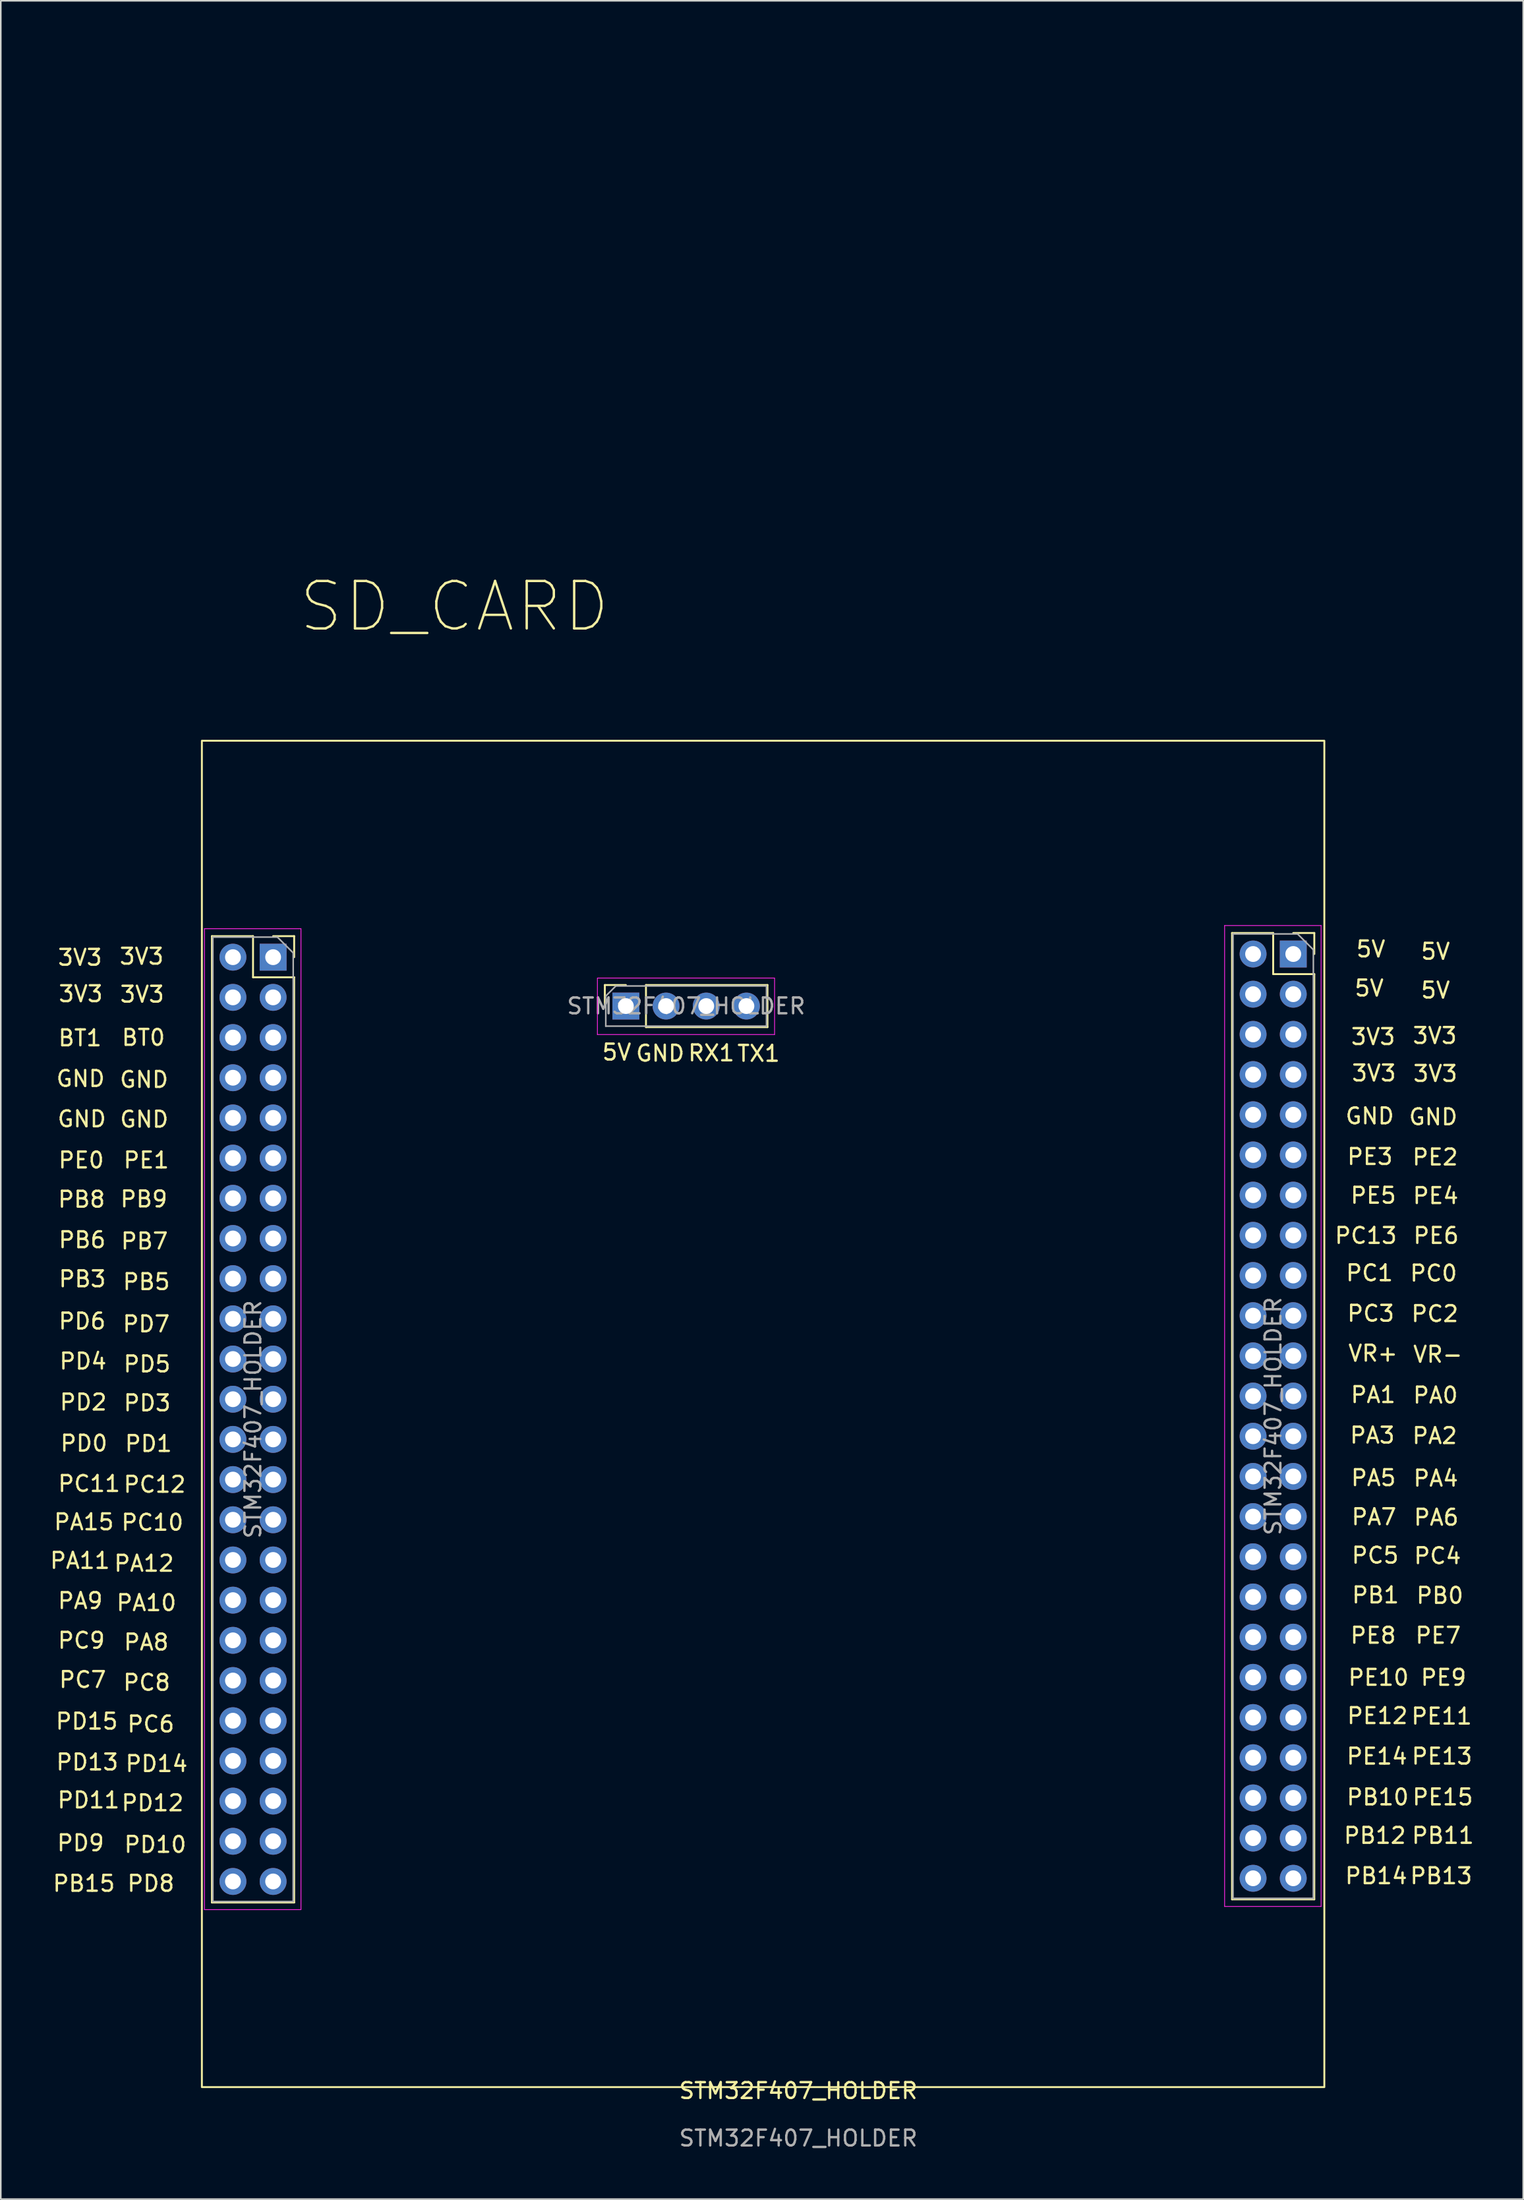
<source format=kicad_pcb>
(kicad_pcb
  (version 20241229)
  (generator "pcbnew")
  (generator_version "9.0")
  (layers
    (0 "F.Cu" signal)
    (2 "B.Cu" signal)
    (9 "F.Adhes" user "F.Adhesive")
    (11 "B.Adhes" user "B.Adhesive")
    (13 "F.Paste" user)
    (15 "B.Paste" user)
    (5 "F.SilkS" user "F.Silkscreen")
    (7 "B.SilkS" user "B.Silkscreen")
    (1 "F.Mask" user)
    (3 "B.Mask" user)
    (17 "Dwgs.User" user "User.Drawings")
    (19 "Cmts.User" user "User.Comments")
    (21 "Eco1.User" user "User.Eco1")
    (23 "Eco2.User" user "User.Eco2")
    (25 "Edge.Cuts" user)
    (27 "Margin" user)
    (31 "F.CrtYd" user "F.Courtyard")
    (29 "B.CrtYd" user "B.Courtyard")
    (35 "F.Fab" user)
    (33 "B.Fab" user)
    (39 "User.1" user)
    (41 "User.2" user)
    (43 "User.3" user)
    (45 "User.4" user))
  (footprint "STM32F407_HOLDER"
    (layer "F.Cu")
    (at 47.416 129.6)
    (property "Reference" "STM32F407_HOLDER" (at 0 -0.5 0) (unlocked yes) (layer "F.SilkS") (effects (font (size 1 1) (thickness 0.15))))
    (attr through_hole)
    (fp_rect (start -37.51 -85.79) (end -5.3 -129.54) (stroke (width 0.12) (type solid)) (fill no) (layer "F.Mask"))
    (fp_line (start -37.07 -73.48) (end -37.07 -12.4) (stroke (width 0.12) (type solid)) (layer "F.SilkS"))
    (fp_line (start -37.07 -73.48) (end -34.47 -73.48) (stroke (width 0.12) (type solid)) (layer "F.SilkS"))
    (fp_line (start -37.07 -12.4) (end -31.87 -12.4) (stroke (width 0.12) (type solid)) (layer "F.SilkS"))
    (fp_line (start -34.47 -73.48) (end -34.47 -70.88) (stroke (width 0.12) (type solid)) (layer "F.SilkS"))
    (fp_line (start -34.47 -70.88) (end -31.87 -70.88) (stroke (width 0.12) (type solid)) (layer "F.SilkS"))
    (fp_line (start -33.2 -73.48) (end -31.87 -73.48) (stroke (width 0.12) (type solid)) (layer "F.SilkS"))
    (fp_line (start -31.87 -73.48) (end -31.87 -72.15) (stroke (width 0.12) (type solid)) (layer "F.SilkS"))
    (fp_line (start -31.87 -70.88) (end -31.87 -12.4) (stroke (width 0.12) (type solid)) (layer "F.SilkS"))
    (fp_line (start -12.23 -70.39) (end -10.9 -70.39) (stroke (width 0.12) (type solid)) (layer "F.SilkS"))
    (fp_line (start -12.23 -69.06) (end -12.23 -70.39) (stroke (width 0.12) (type solid)) (layer "F.SilkS"))
    (fp_line (start -9.63 -70.39) (end -1.95 -70.39) (stroke (width 0.12) (type solid)) (layer "F.SilkS"))
    (fp_line (start -9.63 -67.73) (end -9.63 -70.39) (stroke (width 0.12) (type solid)) (layer "F.SilkS"))
    (fp_line (start -9.63 -67.73) (end -1.95 -67.73) (stroke (width 0.12) (type solid)) (layer "F.SilkS"))
    (fp_line (start -1.95 -67.73) (end -1.95 -70.39) (stroke (width 0.12) (type solid)) (layer "F.SilkS"))
    (fp_line (start 27.42 -73.68) (end 27.42 -12.6) (stroke (width 0.12) (type solid)) (layer "F.SilkS"))
    (fp_line (start 27.42 -73.68) (end 30.02 -73.68) (stroke (width 0.12) (type solid)) (layer "F.SilkS"))
    (fp_line (start 27.42 -12.6) (end 32.62 -12.6) (stroke (width 0.12) (type solid)) (layer "F.SilkS"))
    (fp_line (start 30.02 -73.68) (end 30.02 -71.08) (stroke (width 0.12) (type solid)) (layer "F.SilkS"))
    (fp_line (start 30.02 -71.08) (end 32.62 -71.08) (stroke (width 0.12) (type solid)) (layer "F.SilkS"))
    (fp_line (start 31.29 -73.68) (end 32.62 -73.68) (stroke (width 0.12) (type solid)) (layer "F.SilkS"))
    (fp_line (start 32.62 -73.68) (end 32.62 -72.35) (stroke (width 0.12) (type solid)) (layer "F.SilkS"))
    (fp_line (start 32.62 -71.08) (end 32.62 -12.6) (stroke (width 0.12) (type solid)) (layer "F.SilkS"))
    (fp_rect (start -37.704 -0.73) (end 33.254 -85.83) (stroke (width 0.12) (type solid)) (fill no) (layer "F.SilkS"))
    (fp_line (start -37.54 -73.95) (end -31.44 -73.95) (stroke (width 0.05) (type solid)) (layer "F.CrtYd"))
    (fp_line (start -37.54 -11.95) (end -37.54 -73.95) (stroke (width 0.05) (type solid)) (layer "F.CrtYd"))
    (fp_line (start -31.44 -73.95) (end -31.44 -11.95) (stroke (width 0.05) (type solid)) (layer "F.CrtYd"))
    (fp_line (start -31.44 -11.95) (end -37.54 -11.95) (stroke (width 0.05) (type solid)) (layer "F.CrtYd"))
    (fp_line (start -12.7 -70.805) (end -12.7 -67.255) (stroke (width 0.05) (type solid)) (layer "F.CrtYd"))
    (fp_line (start -1.5 -70.83) (end -12.7 -70.83) (stroke (width 0.05) (type solid)) (layer "F.CrtYd"))
    (fp_line (start -1.5 -70.81) (end -1.5 -67.26) (stroke (width 0.05) (type solid)) (layer "F.CrtYd"))
    (fp_line (start -1.5 -67.26) (end -12.7 -67.26) (stroke (width 0.05) (type solid)) (layer "F.CrtYd"))
    (fp_line (start 26.95 -74.15) (end 33.05 -74.15) (stroke (width 0.05) (type solid)) (layer "F.CrtYd"))
    (fp_line (start 26.95 -12.15) (end 26.95 -74.15) (stroke (width 0.05) (type solid)) (layer "F.CrtYd"))
    (fp_line (start 33.05 -74.15) (end 33.05 -12.15) (stroke (width 0.05) (type solid)) (layer "F.CrtYd"))
    (fp_line (start 33.05 -12.15) (end 26.95 -12.15) (stroke (width 0.05) (type solid)) (layer "F.CrtYd"))
    (fp_line (start -37.01 -73.42) (end -32.93 -73.42) (stroke (width 0.1) (type solid)) (layer "F.Fab"))
    (fp_line (start -37.01 -12.46) (end -37.01 -73.42) (stroke (width 0.1) (type solid)) (layer "F.Fab"))
    (fp_line (start -32.93 -73.42) (end -31.93 -72.42) (stroke (width 0.1) (type solid)) (layer "F.Fab"))
    (fp_line (start -31.93 -72.42) (end -31.93 -12.46) (stroke (width 0.1) (type solid)) (layer "F.Fab"))
    (fp_line (start -31.93 -12.46) (end -37.01 -12.46) (stroke (width 0.1) (type solid)) (layer "F.Fab"))
    (fp_line (start -12.17 -69.695) (end -11.535 -70.33) (stroke (width 0.1) (type solid)) (layer "F.Fab"))
    (fp_line (start -12.17 -67.79) (end -12.17 -69.695) (stroke (width 0.1) (type solid)) (layer "F.Fab"))
    (fp_line (start -11.535 -70.33) (end -2.01 -70.33) (stroke (width 0.1) (type solid)) (layer "F.Fab"))
    (fp_line (start -2.01 -70.33) (end -2.01 -67.79) (stroke (width 0.1) (type solid)) (layer "F.Fab"))
    (fp_line (start -2.01 -67.79) (end -12.17 -67.79) (stroke (width 0.1) (type solid)) (layer "F.Fab"))
    (fp_line (start 27.48 -73.62) (end 31.56 -73.62) (stroke (width 0.1) (type solid)) (layer "F.Fab"))
    (fp_line (start 27.48 -12.66) (end 27.48 -73.62) (stroke (width 0.1) (type solid)) (layer "F.Fab"))
    (fp_line (start 31.56 -73.62) (end 32.56 -72.62) (stroke (width 0.1) (type solid)) (layer "F.Fab"))
    (fp_line (start 32.56 -72.62) (end 32.56 -12.66) (stroke (width 0.1) (type solid)) (layer "F.Fab"))
    (fp_line (start 32.56 -12.66) (end 27.48 -12.66) (stroke (width 0.1) (type solid)) (layer "F.Fab"))
    (fp_text user "PA3" (at 36.29 -41.93 0) (unlocked yes) (layer "F.SilkS") (effects (font (size 1 1) (thickness 0.15))))
    (fp_text user "PD0" (at -45.16 -41.42 0) (unlocked yes) (layer "F.SilkS") (effects (font (size 1 1) (thickness 0.15))))
    (fp_text user "VR-" (at 40.43 -47.04 0) (unlocked yes) (layer "F.SilkS") (effects (font (size 1 1) (thickness 0.15))))
    (fp_text user "PB0" (at 40.56 -31.8 0) (unlocked yes) (layer "F.SilkS") (effects (font (size 1 1) (thickness 0.15))))
    (fp_text user "PC6" (at -40.93 -23.67 0) (unlocked yes) (layer "F.SilkS") (effects (font (size 1 1) (thickness 0.15))))
    (fp_text user "PB1" (at 36.49 -31.83 0) (unlocked yes) (layer "F.SilkS") (effects (font (size 1 1) (thickness 0.15))))
    (fp_text user "PE8" (at 36.34 -29.28 0) (unlocked yes) (layer "F.SilkS") (effects (font (size 1 1) (thickness 0.15))))
    (fp_text user "PE4" (at 40.29 -57.07 0) (unlocked yes) (layer "F.SilkS") (effects (font (size 1 1) (thickness 0.15))))
    (fp_text user "GND" (at -45.29 -61.92 0) (unlocked yes) (layer "F.SilkS") (effects (font (size 1 1) (thickness 0.15))))
    (fp_text user "5V" (at 40.28 -72.51 0) (unlocked yes) (layer "F.SilkS") (effects (font (size 1 1) (thickness 0.15))))
    (fp_text user "PC12" (at -40.69 -38.82 0) (unlocked yes) (layer "F.SilkS") (effects (font (size 1 1) (thickness 0.15))))
    (fp_text user "3V3" (at 36.39 -64.82 0) (unlocked yes) (layer "F.SilkS") (effects (font (size 1 1) (thickness 0.15))))
    (fp_text user "PB11" (at 40.75 -16.63 0) (unlocked yes) (layer "F.SilkS") (effects (font (size 1 1) (thickness 0.15))))
    (fp_text user "PD4" (at -45.22 -46.61 0) (unlocked yes) (layer "F.SilkS") (effects (font (size 1 1) (thickness 0.15))))
    (fp_text user "PA8" (at -41.22 -28.85 0) (unlocked yes) (layer "F.SilkS") (effects (font (size 1 1) (thickness 0.15))))
    (fp_text user "PB13" (at 40.64 -14.08 0) (unlocked yes) (layer "F.SilkS") (effects (font (size 1 1) (thickness 0.15))))
    (fp_text user "BT0" (at -41.4 -67.07 0) (unlocked yes) (layer "F.SilkS") (effects (font (size 1 1) (thickness 0.15))))
    (fp_text user "PE2" (at 40.26 -59.51 0) (unlocked yes) (layer "F.SilkS") (effects (font (size 1 1) (thickness 0.15))))
    (fp_text user "PB5" (at -41.21 -51.63 0) (unlocked yes) (layer "F.SilkS") (effects (font (size 1 1) (thickness 0.15))))
    (fp_text user "TX1" (at -2.51 -66.06 0) (unlocked yes) (layer "F.SilkS") (effects (font (size 1 1) (thickness 0.15))))
    (fp_text user "5V" (at 36.19 -72.66 0) (unlocked yes) (layer "F.SilkS") (effects (font (size 1 1) (thickness 0.15))))
    (fp_text user "PC13" (at 35.88 -54.55 0) (unlocked yes) (layer "F.SilkS") (effects (font (size 1 1) (thickness 0.15))))
    (fp_text user "VR+" (at 36.33 -47.11 0) (unlocked yes) (layer "F.SilkS") (effects (font (size 1 1) (thickness 0.15))))
    (fp_text user "PD9" (at -45.37 -16.16 0) (unlocked yes) (layer "F.SilkS") (effects (font (size 1 1) (thickness 0.15))))
    (fp_text user "GND" (at -41.35 -61.9 0) (unlocked yes) (layer "F.SilkS") (effects (font (size 1 1) (thickness 0.15))))
    (fp_text user "PB9" (at -41.37 -56.86 0) (unlocked yes) (layer "F.SilkS") (effects (font (size 1 1) (thickness 0.15))))
    (fp_text user "PD3" (at -41.16 -43.97 0) (unlocked yes) (layer "F.SilkS") (effects (font (size 1 1) (thickness 0.15))))
    (fp_text user "3V3" (at -45.36 -69.83 0) (unlocked yes) (layer "F.SilkS") (effects (font (size 1 1) (thickness 0.15))))
    (fp_text user "PE5" (at 36.35 -57.09 0) (unlocked yes) (layer "F.SilkS") (effects (font (size 1 1) (thickness 0.15))))
    (fp_text user "PD8" (at -40.93 -13.6 0) (unlocked yes) (layer "F.SilkS") (effects (font (size 1 1) (thickness 0.15))))
    (fp_text user "PC7" (at -45.24 -26.48 0) (unlocked yes) (layer "F.SilkS") (effects (font (size 1 1) (thickness 0.15))))
    (fp_text user "PE7" (at 40.45 -29.28 0) (unlocked yes) (layer "F.SilkS") (effects (font (size 1 1) (thickness 0.15))))
    (fp_text user "PC11" (at -44.83 -38.87 0) (unlocked yes) (layer "F.SilkS") (effects (font (size 1 1) (thickness 0.15))))
    (fp_text user "PB15" (at -45.16 -13.6 0) (unlocked yes) (layer "F.SilkS") (effects (font (size 1 1) (thickness 0.15))))
    (fp_text user "PA5" (at 36.36 -39.24 0) (unlocked yes) (layer "F.SilkS") (effects (font (size 1 1) (thickness 0.15))))
    (fp_text user "PD6" (at -45.27 -49.14 0) (unlocked yes) (layer "F.SilkS") (effects (font (size 1 1) (thickness 0.15))))
    (fp_text user "PB12" (at 36.45 -16.63 0) (unlocked yes) (layer "F.SilkS") (effects (font (size 1 1) (thickness 0.15))))
    (fp_text user "3V3" (at -41.51 -72.2 0) (unlocked yes) (layer "F.SilkS") (effects (font (size 1 1) (thickness 0.15))))
    (fp_text user "SD_CARD" (at -21.74 -94.31 0) (unlocked yes) (layer "F.SilkS") (effects (font (size 3 3) (thickness 0.15))))
    (fp_text user "PB14" (at 36.53 -14.08 0) (unlocked yes) (layer "F.SilkS") (effects (font (size 1 1) (thickness 0.15))))
    (fp_text user "3V3" (at 40.24 -67.19 0) (unlocked yes) (layer "F.SilkS") (effects (font (size 1 1) (thickness 0.15))))
    (fp_text user "PE9" (at 40.79 -26.62 0) (unlocked yes) (layer "F.SilkS") (effects (font (size 1 1) (thickness 0.15))))
    (fp_text user "PE0" (at -45.33 -59.32 0) (unlocked yes) (layer "F.SilkS") (effects (font (size 1 1) (thickness 0.15))))
    (fp_text user "5V" (at -11.48 -66.14 0) (unlocked yes) (layer "F.SilkS") (effects (font (size 1 1) (thickness 0.15))))
    (fp_text user "GND" (at -41.36 -64.41 0) (unlocked yes) (layer "F.SilkS") (effects (font (size 1 1) (thickness 0.15))))
    (fp_text user "PE10" (at 36.68 -26.62 0) (unlocked yes) (layer "F.SilkS") (effects (font (size 1 1) (thickness 0.15))))
    (fp_text user "PA11" (at -45.41 -34.01 0) (unlocked yes) (layer "F.SilkS") (effects (font (size 1 1) (thickness 0.15))))
    (fp_text user "PD15" (at -44.98 -23.85 0) (unlocked yes) (layer "F.SilkS") (effects (font (size 1 1) (thickness 0.15))))
    (fp_text user "PC1" (at 36.11 -52.19 0) (unlocked yes) (layer "F.SilkS") (effects (font (size 1 1) (thickness 0.15))))
    (fp_text user "PA7" (at 36.39 -36.77 0) (unlocked yes) (layer "F.SilkS") (effects (font (size 1 1) (thickness 0.15))))
    (fp_text user "PD7" (at -41.22 -48.96 0) (unlocked yes) (layer "F.SilkS") (effects (font (size 1 1) (thickness 0.15))))
    (fp_text user "PA2" (at 40.23 -41.9 0) (unlocked yes) (layer "F.SilkS") (effects (font (size 1 1) (thickness 0.15))))
    (fp_text user "PD5" (at -41.17 -46.43 0) (unlocked yes) (layer "F.SilkS") (effects (font (size 1 1) (thickness 0.15))))
    (fp_text user "PC5" (at 36.47 -34.34 0) (unlocked yes) (layer "F.SilkS") (effects (font (size 1 1) (thickness 0.15))))
    (fp_text user "PA1" (at 36.34 -44.49 0) (unlocked yes) (layer "F.SilkS") (effects (font (size 1 1) (thickness 0.15))))
    (fp_text user "PB8" (at -45.31 -56.84 0) (unlocked yes) (layer "F.SilkS") (effects (font (size 1 1) (thickness 0.15))))
    (fp_text user "PA12" (at -41.36 -33.83 0) (unlocked yes) (layer "F.SilkS") (effects (font (size 1 1) (thickness 0.15))))
    (fp_text user "PE11" (at 40.67 -24.17 0) (unlocked yes) (layer "F.SilkS") (effects (font (size 1 1) (thickness 0.15))))
    (fp_text user "3V3" (at -45.41 -72.13 0) (unlocked yes) (layer "F.SilkS") (effects (font (size 1 1) (thickness 0.15))))
    (fp_text user "PD11" (at -44.87 -18.87 0) (unlocked yes) (layer "F.SilkS") (effects (font (size 1 1) (thickness 0.15))))
    (fp_text user "GND" (at -8.73 -66.07 0) (unlocked yes) (layer "F.SilkS") (effects (font (size 1 1) (thickness 0.15))))
    (fp_text user "3V3" (at -41.48 -69.8 0) (unlocked yes) (layer "F.SilkS") (effects (font (size 1 1) (thickness 0.15))))
    (fp_text user "PD14" (at -40.57 -21.17 0) (unlocked yes) (layer "F.SilkS") (effects (font (size 1 1) (thickness 0.15))))
    (fp_text user "GND" (at 36.13 -62.11 0) (unlocked yes) (layer "F.SilkS") (effects (font (size 1 1) (thickness 0.15))))
    (fp_text user "PC4" (at 40.41 -34.31 0) (unlocked yes) (layer "F.SilkS") (effects (font (size 1 1) (thickness 0.15))))
    (fp_text user "PA10" (at -41.21 -31.34 0) (unlocked yes) (layer "F.SilkS") (effects (font (size 1 1) (thickness 0.15))))
    (fp_text user "PB3" (at -45.26 -51.81 0) (unlocked yes) (layer "F.SilkS") (effects (font (size 1 1) (thickness 0.15))))
    (fp_text user "PC0" (at 40.16 -52.17 0) (unlocked yes) (layer "F.SilkS") (effects (font (size 1 1) (thickness 0.15))))
    (fp_text user "BT1" (at -45.41 -67.04 0) (unlocked yes) (layer "F.SilkS") (effects (font (size 1 1) (thickness 0.15))))
    (fp_text user "GND" (at -45.37 -64.47 0) (unlocked yes) (layer "F.SilkS") (effects (font (size 1 1) (thickness 0.15))))
    (fp_text user "PC9" (at -45.32 -28.96 0) (unlocked yes) (layer "F.SilkS") (effects (font (size 1 1) (thickness 0.15))))
    (fp_text user "PB6" (at -45.27 -54.28 0) (unlocked yes) (layer "F.SilkS") (effects (font (size 1 1) (thickness 0.15))))
    (fp_text user "PE3" (at 36.14 -59.54 0) (unlocked yes) (layer "F.SilkS") (effects (font (size 1 1) (thickness 0.15))))
    (fp_text user "3V3" (at 36.34 -67.12 0) (unlocked yes) (layer "F.SilkS") (effects (font (size 1 1) (thickness 0.15))))
    (fp_text user "PC10" (at -40.83 -36.42 0) (unlocked yes) (layer "F.SilkS") (effects (font (size 1 1) (thickness 0.15))))
    (fp_text user "PA9" (at -45.39 -31.47 0) (unlocked yes) (layer "F.SilkS") (effects (font (size 1 1) (thickness 0.15))))
    (fp_text user "PE14" (at 36.58 -21.64 0) (unlocked yes) (layer "F.SilkS") (effects (font (size 1 1) (thickness 0.15))))
    (fp_text user "PC2" (at 40.24 -49.61 0) (unlocked yes) (layer "F.SilkS") (effects (font (size 1 1) (thickness 0.15))))
    (fp_text user "PD1" (at -41.08 -41.4 0) (unlocked yes) (layer "F.SilkS") (effects (font (size 1 1) (thickness 0.15))))
    (fp_text user "PC8" (at -41.19 -26.3 0) (unlocked yes) (layer "F.SilkS") (effects (font (size 1 1) (thickness 0.15))))
    (fp_text user "PD10" (at -40.65 -16.06 0) (unlocked yes) (layer "F.SilkS") (effects (font (size 1 1) (thickness 0.15))))
    (fp_text user "3V3" (at 40.27 -64.79 0) (unlocked yes) (layer "F.SilkS") (effects (font (size 1 1) (thickness 0.15))))
    (fp_text user "PA4" (at 40.3 -39.21 0) (unlocked yes) (layer "F.SilkS") (effects (font (size 1 1) (thickness 0.15))))
    (fp_text user "PD12" (at -40.82 -18.69 0) (unlocked yes) (layer "F.SilkS") (effects (font (size 1 1) (thickness 0.15))))
    (fp_text user "PA15" (at -45.16 -36.45 0) (unlocked yes) (layer "F.SilkS") (effects (font (size 1 1) (thickness 0.15))))
    (fp_text user "PE1" (at -41.22 -59.32 0) (unlocked yes) (layer "F.SilkS") (effects (font (size 1 1) (thickness 0.15))))
    (fp_text user "PA6" (at 40.33 -36.74 0) (unlocked yes) (layer "F.SilkS") (effects (font (size 1 1) (thickness 0.15))))
    (fp_text user "PC3" (at 36.19 -49.63 0) (unlocked yes) (layer "F.SilkS") (effects (font (size 1 1) (thickness 0.15))))
    (fp_text user "PE6" (at 40.32 -54.55 0) (unlocked yes) (layer "F.SilkS") (effects (font (size 1 1) (thickness 0.15))))
    (fp_text user "PD2" (at -45.2 -44.02 0) (unlocked yes) (layer "F.SilkS") (effects (font (size 1 1) (thickness 0.15))))
    (fp_text user "PE12" (at 36.61 -24.2 0) (unlocked yes) (layer "F.SilkS") (effects (font (size 1 1) (thickness 0.15))))
    (fp_text user "PE13" (at 40.69 -21.64 0) (unlocked yes) (layer "F.SilkS") (effects (font (size 1 1) (thickness 0.15))))
    (fp_text user "GND" (at 40.14 -62.05 0) (unlocked yes) (layer "F.SilkS") (effects (font (size 1 1) (thickness 0.15))))
    (fp_text user "5V" (at 40.28 -70.06 0) (unlocked yes) (layer "F.SilkS") (effects (font (size 1 1) (thickness 0.15))))
    (fp_text user "RX1" (at -5.5 -66.09 0) (unlocked yes) (layer "F.SilkS") (effects (font (size 1 1) (thickness 0.15))))
    (fp_text user "PE15" (at 40.74 -19.06 0) (unlocked yes) (layer "F.SilkS") (effects (font (size 1 1) (thickness 0.15))))
    (fp_text user "PB7" (at -41.33 -54.2 0) (unlocked yes) (layer "F.SilkS") (effects (font (size 1 1) (thickness 0.15))))
    (fp_text user "5V" (at 36.09 -70.19 0) (unlocked yes) (layer "F.SilkS") (effects (font (size 1 1) (thickness 0.15))))
    (fp_text user "PD13" (at -44.95 -21.27 0) (unlocked yes) (layer "F.SilkS") (effects (font (size 1 1) (thickness 0.15))))
    (fp_text user "PB10" (at 36.63 -19.06 0) (unlocked yes) (layer "F.SilkS") (effects (font (size 1 1) (thickness 0.15))))
    (fp_text user "PA0" (at 40.28 -44.46 0) (unlocked yes) (layer "F.SilkS") (effects (font (size 1 1) (thickness 0.15))))
    (fp_text user "${REFERENCE}" (at 0 2.5 0) (unlocked yes) (layer "F.Fab") (effects (font (size 1 1) (thickness 0.15))))
    (fp_text user "${REFERENCE}" (at 30.02 -43.14 90) (layer "F.Fab") (effects (font (size 1 1) (thickness 0.15))))
    (fp_text user "${REFERENCE}" (at -34.47 -42.94 90) (layer "F.Fab") (effects (font (size 1 1) (thickness 0.15))))
    (fp_text user "${REFERENCE}" (at -7.09 -69.06 180) (layer "F.Fab") (effects (font (size 1 1) (thickness 0.15))))
    (pad "1" thru_hole rect (at -33.2 -72.15) (size 1.7 1.7) (drill 1) (layers "*.Cu" "*.Mask"))
    (pad "2" thru_hole oval (at -35.74 -72.15) (size 1.7 1.7) (drill 1) (layers "*.Cu" "*.Mask"))
    (pad "2" thru_hole oval (at 28.75 -72.35) (size 1.7 1.7) (drill 1) (layers "*.Cu" "*.Mask"))
    (pad "3" thru_hole oval (at -33.2 -69.61) (size 1.7 1.7) (drill 1) (layers "*.Cu" "*.Mask"))
    (pad "3" thru_hole oval (at 31.29 -69.81) (size 1.7 1.7) (drill 1) (layers "*.Cu" "*.Mask"))
    (pad "4" thru_hole oval (at -35.74 -69.61) (size 1.7 1.7) (drill 1) (layers "*.Cu" "*.Mask"))
    (pad "4" thru_hole oval (at 28.75 -69.81) (size 1.7 1.7) (drill 1) (layers "*.Cu" "*.Mask"))
    (pad "5" thru_hole oval (at 31.29 -67.27) (size 1.7 1.7) (drill 1) (layers "*.Cu" "*.Mask"))
    (pad "6" thru_hole oval (at -35.74 -67.07) (size 1.7 1.7) (drill 1) (layers "*.Cu" "*.Mask"))
    (pad "6" thru_hole oval (at 28.75 -67.27) (size 1.7 1.7) (drill 1) (layers "*.Cu" "*.Mask"))
    (pad "7" thru_hole oval (at -33.2 -64.53) (size 1.7 1.7) (drill 1) (layers "*.Cu" "*.Mask"))
    (pad "7" thru_hole oval (at 31.29 -64.73) (size 1.7 1.7) (drill 1) (layers "*.Cu" "*.Mask"))
    (pad "8" thru_hole oval (at -35.74 -64.53) (size 1.7 1.7) (drill 1) (layers "*.Cu" "*.Mask"))
    (pad "8" thru_hole oval (at 28.75 -64.73) (size 1.7 1.7) (drill 1) (layers "*.Cu" "*.Mask"))
    (pad "9" thru_hole oval (at -33.2 -61.99) (size 1.7 1.7) (drill 1) (layers "*.Cu" "*.Mask"))
    (pad "9" thru_hole oval (at 31.29 -62.19) (size 1.7 1.7) (drill 1) (layers "*.Cu" "*.Mask"))
    (pad "10" thru_hole oval (at -35.74 -61.99) (size 1.7 1.7) (drill 1) (layers "*.Cu" "*.Mask"))
    (pad "10" thru_hole oval (at 28.75 -62.19) (size 1.7 1.7) (drill 1) (layers "*.Cu" "*.Mask"))
    (pad "11" thru_hole oval (at -33.2 -59.45) (size 1.7 1.7) (drill 1) (layers "*.Cu" "*.Mask"))
    (pad "11" thru_hole oval (at 31.29 -59.65) (size 1.7 1.7) (drill 1) (layers "*.Cu" "*.Mask"))
    (pad "12" thru_hole oval (at -35.74 -59.45) (size 1.7 1.7) (drill 1) (layers "*.Cu" "*.Mask"))
    (pad "12" thru_hole oval (at 28.75 -59.65) (size 1.7 1.7) (drill 1) (layers "*.Cu" "*.Mask"))
    (pad "13" thru_hole oval (at -33.2 -56.91) (size 1.7 1.7) (drill 1) (layers "*.Cu" "*.Mask"))
    (pad "13" thru_hole oval (at 31.29 -57.11) (size 1.7 1.7) (drill 1) (layers "*.Cu" "*.Mask"))
    (pad "14" thru_hole oval (at -35.74 -56.91) (size 1.7 1.7) (drill 1) (layers "*.Cu" "*.Mask"))
    (pad "14" thru_hole oval (at 28.75 -57.11) (size 1.7 1.7) (drill 1) (layers "*.Cu" "*.Mask"))
    (pad "15" thru_hole oval (at 31.29 -54.57) (size 1.7 1.7) (drill 1) (layers "*.Cu" "*.Mask"))
    (pad "16" thru_hole oval (at 28.75 -54.57) (size 1.7 1.7) (drill 1) (layers "*.Cu" "*.Mask"))
    (pad "17" thru_hole oval (at -33.2 -51.83) (size 1.7 1.7) (drill 1) (layers "*.Cu" "*.Mask"))
    (pad "17" thru_hole oval (at 31.29 -52.03) (size 1.7 1.7) (drill 1) (layers "*.Cu" "*.Mask"))
    (pad "18" thru_hole oval (at -35.74 -51.83) (size 1.7 1.7) (drill 1) (layers "*.Cu" "*.Mask"))
    (pad "18" thru_hole oval (at 28.75 -52.03) (size 1.7 1.7) (drill 1) (layers "*.Cu" "*.Mask"))
    (pad "19" thru_hole oval (at 31.29 -49.49) (size 1.7 1.7) (drill 1) (layers "*.Cu" "*.Mask"))
    (pad "20" thru_hole oval (at 28.75 -49.49) (size 1.7 1.7) (drill 1) (layers "*.Cu" "*.Mask"))
    (pad "21" thru_hole oval (at 31.29 -46.95) (size 1.7 1.7) (drill 1) (layers "*.Cu" "*.Mask"))
    (pad "22" thru_hole oval (at 28.75 -46.95) (size 1.7 1.7) (drill 1) (layers "*.Cu" "*.Mask"))
    (pad "23" thru_hole oval (at 31.29 -44.41) (size 1.7 1.7) (drill 1) (layers "*.Cu" "*.Mask"))
    (pad "24" thru_hole oval (at 28.75 -44.41) (size 1.7 1.7) (drill 1) (layers "*.Cu" "*.Mask"))
    (pad "25" thru_hole oval (at 31.29 -41.87) (size 1.7 1.7) (drill 1) (layers "*.Cu" "*.Mask"))
    (pad "26" thru_hole oval (at 28.75 -41.87) (size 1.7 1.7) (drill 1) (layers "*.Cu" "*.Mask"))
    (pad "27" thru_hole oval (at -33.2 -39.13) (size 1.7 1.7) (drill 1) (layers "*.Cu" "*.Mask"))
    (pad "27" thru_hole oval (at 31.29 -39.33) (size 1.7 1.7) (drill 1) (layers "*.Cu" "*.Mask"))
    (pad "28" thru_hole oval (at -35.74 -39.13) (size 1.7 1.7) (drill 1) (layers "*.Cu" "*.Mask"))
    (pad "28" thru_hole oval (at 28.75 -39.33) (size 1.7 1.7) (drill 1) (layers "*.Cu" "*.Mask"))
    (pad "29" thru_hole oval (at -33.2 -36.59) (size 1.7 1.7) (drill 1) (layers "*.Cu" "*.Mask"))
    (pad "30" thru_hole oval (at -35.74 -36.59) (size 1.7 1.7) (drill 1) (layers "*.Cu" "*.Mask"))
    (pad "31" thru_hole oval (at -33.2 -34.05) (size 1.7 1.7) (drill 1) (layers "*.Cu" "*.Mask"))
    (pad "31" thru_hole oval (at 31.29 -36.79) (size 1.7 1.7) (drill 1) (layers "*.Cu" "*.Mask"))
    (pad "31" thru_hole oval (at 31.29 -34.25) (size 1.7 1.7) (drill 1) (layers "*.Cu" "*.Mask"))
    (pad "32" thru_hole oval (at -35.74 -34.05) (size 1.7 1.7) (drill 1) (layers "*.Cu" "*.Mask"))
    (pad "32" thru_hole oval (at 28.75 -36.79) (size 1.7 1.7) (drill 1) (layers "*.Cu" "*.Mask"))
    (pad "32" thru_hole oval (at 28.75 -34.25) (size 1.7 1.7) (drill 1) (layers "*.Cu" "*.Mask"))
    (pad "33" thru_hole oval (at 31.29 -31.71) (size 1.7 1.7) (drill 1) (layers "*.Cu" "*.Mask"))
    (pad "34" thru_hole oval (at -35.74 -31.51) (size 1.7 1.7) (drill 1) (layers "*.Cu" "*.Mask"))
    (pad "34" thru_hole oval (at 28.75 -31.71) (size 1.7 1.7) (drill 1) (layers "*.Cu" "*.Mask"))
    (pad "35" thru_hole oval (at -33.2 -28.97) (size 1.7 1.7) (drill 1) (layers "*.Cu" "*.Mask"))
    (pad "35" thru_hole oval (at 31.29 -29.17) (size 1.7 1.7) (drill 1) (layers "*.Cu" "*.Mask"))
    (pad "36" thru_hole oval (at 28.75 -29.17) (size 1.7 1.7) (drill 1) (layers "*.Cu" "*.Mask"))
    (pad "37" thru_hole oval (at -33.2 -26.43) (size 1.7 1.7) (drill 1) (layers "*.Cu" "*.Mask"))
    (pad "37" thru_hole oval (at 31.29 -26.63) (size 1.7 1.7) (drill 1) (layers "*.Cu" "*.Mask"))
    (pad "38" thru_hole oval (at 28.75 -26.63) (size 1.7 1.7) (drill 1) (layers "*.Cu" "*.Mask"))
    (pad "39" thru_hole oval (at 31.29 -24.09) (size 1.7 1.7) (drill 1) (layers "*.Cu" "*.Mask"))
    (pad "40" thru_hole oval (at -35.74 -23.89) (size 1.7 1.7) (drill 1) (layers "*.Cu" "*.Mask"))
    (pad "40" thru_hole oval (at 28.75 -24.09) (size 1.7 1.7) (drill 1) (layers "*.Cu" "*.Mask"))
    (pad "41" thru_hole oval (at 31.29 -21.55) (size 1.7 1.7) (drill 1) (layers "*.Cu" "*.Mask"))
    (pad "42" thru_hole oval (at 28.75 -21.55) (size 1.7 1.7) (drill 1) (layers "*.Cu" "*.Mask"))
    (pad "43" thru_hole oval (at 31.29 -19.01) (size 1.7 1.7) (drill 1) (layers "*.Cu" "*.Mask"))
    (pad "45" thru_hole oval (at -33.2 -16.27) (size 1.7 1.7) (drill 1) (layers "*.Cu" "*.Mask"))
    (pad "47" thru_hole oval (at 28.75 -19.01) (size 1.7 1.7) (drill 1) (layers "*.Cu" "*.Mask"))
    (pad "48" thru_hole oval (at -35.74 -13.73) (size 1.7 1.7) (drill 1) (layers "*.Cu" "*.Mask"))
    (pad "48" thru_hole oval (at 28.75 -13.93) (size 1.7 1.7) (drill 1) (layers "*.Cu" "*.Mask"))
    (pad "48" thru_hole oval (at 31.29 -16.47) (size 1.7 1.7) (drill 1) (layers "*.Cu" "*.Mask"))
    (pad "51" thru_hole oval (at 28.75 -16.47) (size 1.7 1.7) (drill 1) (layers "*.Cu" "*.Mask"))
    (pad "52" thru_hole oval (at 31.29 -13.93) (size 1.7 1.7) (drill 1) (layers "*.Cu" "*.Mask"))
    (pad "55" thru_hole oval (at -33.2 -13.73) (size 1.7 1.7) (drill 1) (layers "*.Cu" "*.Mask"))
    (pad "56" thru_hole oval (at -35.74 -16.27) (size 1.7 1.7) (drill 1) (layers "*.Cu" "*.Mask"))
    (pad "58" thru_hole oval (at -35.74 -18.81) (size 1.7 1.7) (drill 1) (layers "*.Cu" "*.Mask"))
    (pad "59" thru_hole oval (at -33.2 -18.81) (size 1.7 1.7) (drill 1) (layers "*.Cu" "*.Mask"))
    (pad "60" thru_hole oval (at -35.74 -21.35) (size 1.7 1.7) (drill 1) (layers "*.Cu" "*.Mask"))
    (pad "61" thru_hole oval (at -33.2 -21.35) (size 1.7 1.7) (drill 1) (layers "*.Cu" "*.Mask"))
    (pad "63" thru_hole oval (at -33.2 -23.89) (size 1.7 1.7) (drill 1) (layers "*.Cu" "*.Mask"))
    (pad "64" thru_hole oval (at -35.74 -26.43) (size 1.7 1.7) (drill 1) (layers "*.Cu" "*.Mask"))
    (pad "68" thru_hole oval (at -35.74 -28.97) (size 1.7 1.7) (drill 1) (layers "*.Cu" "*.Mask"))
    (pad "69" thru_hole oval (at -33.2 -31.51) (size 1.7 1.7) (drill 1) (layers "*.Cu" "*.Mask"))
    (pad "81" thru_hole oval (at -35.74 -41.67) (size 1.7 1.7) (drill 1) (layers "*.Cu" "*.Mask"))
    (pad "82" thru_hole oval (at -33.2 -41.67) (size 1.7 1.7) (drill 1) (layers "*.Cu" "*.Mask"))
    (pad "83" thru_hole oval (at -35.74 -44.21) (size 1.7 1.7) (drill 1) (layers "*.Cu" "*.Mask"))
    (pad "84" thru_hole oval (at -33.2 -44.21) (size 1.7 1.7) (drill 1) (layers "*.Cu" "*.Mask"))
    (pad "85" thru_hole oval (at -35.74 -46.75) (size 1.7 1.7) (drill 1) (layers "*.Cu" "*.Mask"))
    (pad "86" thru_hole oval (at -33.2 -46.75) (size 1.7 1.7) (drill 1) (layers "*.Cu" "*.Mask"))
    (pad "87" thru_hole oval (at -35.74 -49.29) (size 1.7 1.7) (drill 1) (layers "*.Cu" "*.Mask"))
    (pad "88" thru_hole oval (at -33.2 -49.29) (size 1.7 1.7) (drill 1) (layers "*.Cu" "*.Mask"))
    (pad "92" thru_hole oval (at -35.74 -54.37) (size 1.7 1.7) (drill 1) (layers "*.Cu" "*.Mask"))
    (pad "93" thru_hole oval (at -33.2 -54.37) (size 1.7 1.7) (drill 1) (layers "*.Cu" "*.Mask"))
    (pad "94" thru_hole oval (at -33.2 -67.07) (size 1.7 1.7) (drill 1) (layers "*.Cu" "*.Mask"))
    (pad "100" thru_hole rect (at 31.29 -72.35) (size 1.7 1.7) (drill 1) (layers "*.Cu" "*.Mask"))
    (pad "110" thru_hole rect (at -10.9 -69.06 90) (size 1.7 1.7) (drill 1) (layers "*.Cu" "*.Mask"))
    (pad "111" thru_hole oval (at -8.36 -69.06 90) (size 1.7 1.7) (drill 1) (layers "*.Cu" "*.Mask"))
    (pad "112" thru_hole oval (at -5.82 -69.06 90) (size 1.7 1.7) (drill 1) (layers "*.Cu" "*.Mask"))
    (pad "113" thru_hole oval (at -3.28 -69.06 90) (size 1.7 1.7) (drill 1) (layers "*.Cu" "*.Mask")))
  (gr_rect
    (start -3 -3)
    (end 93.243 135.948)
    (stroke (width 0.1) (type default))
    (fill no)
    (layer "Edge.Cuts")))
</source>
